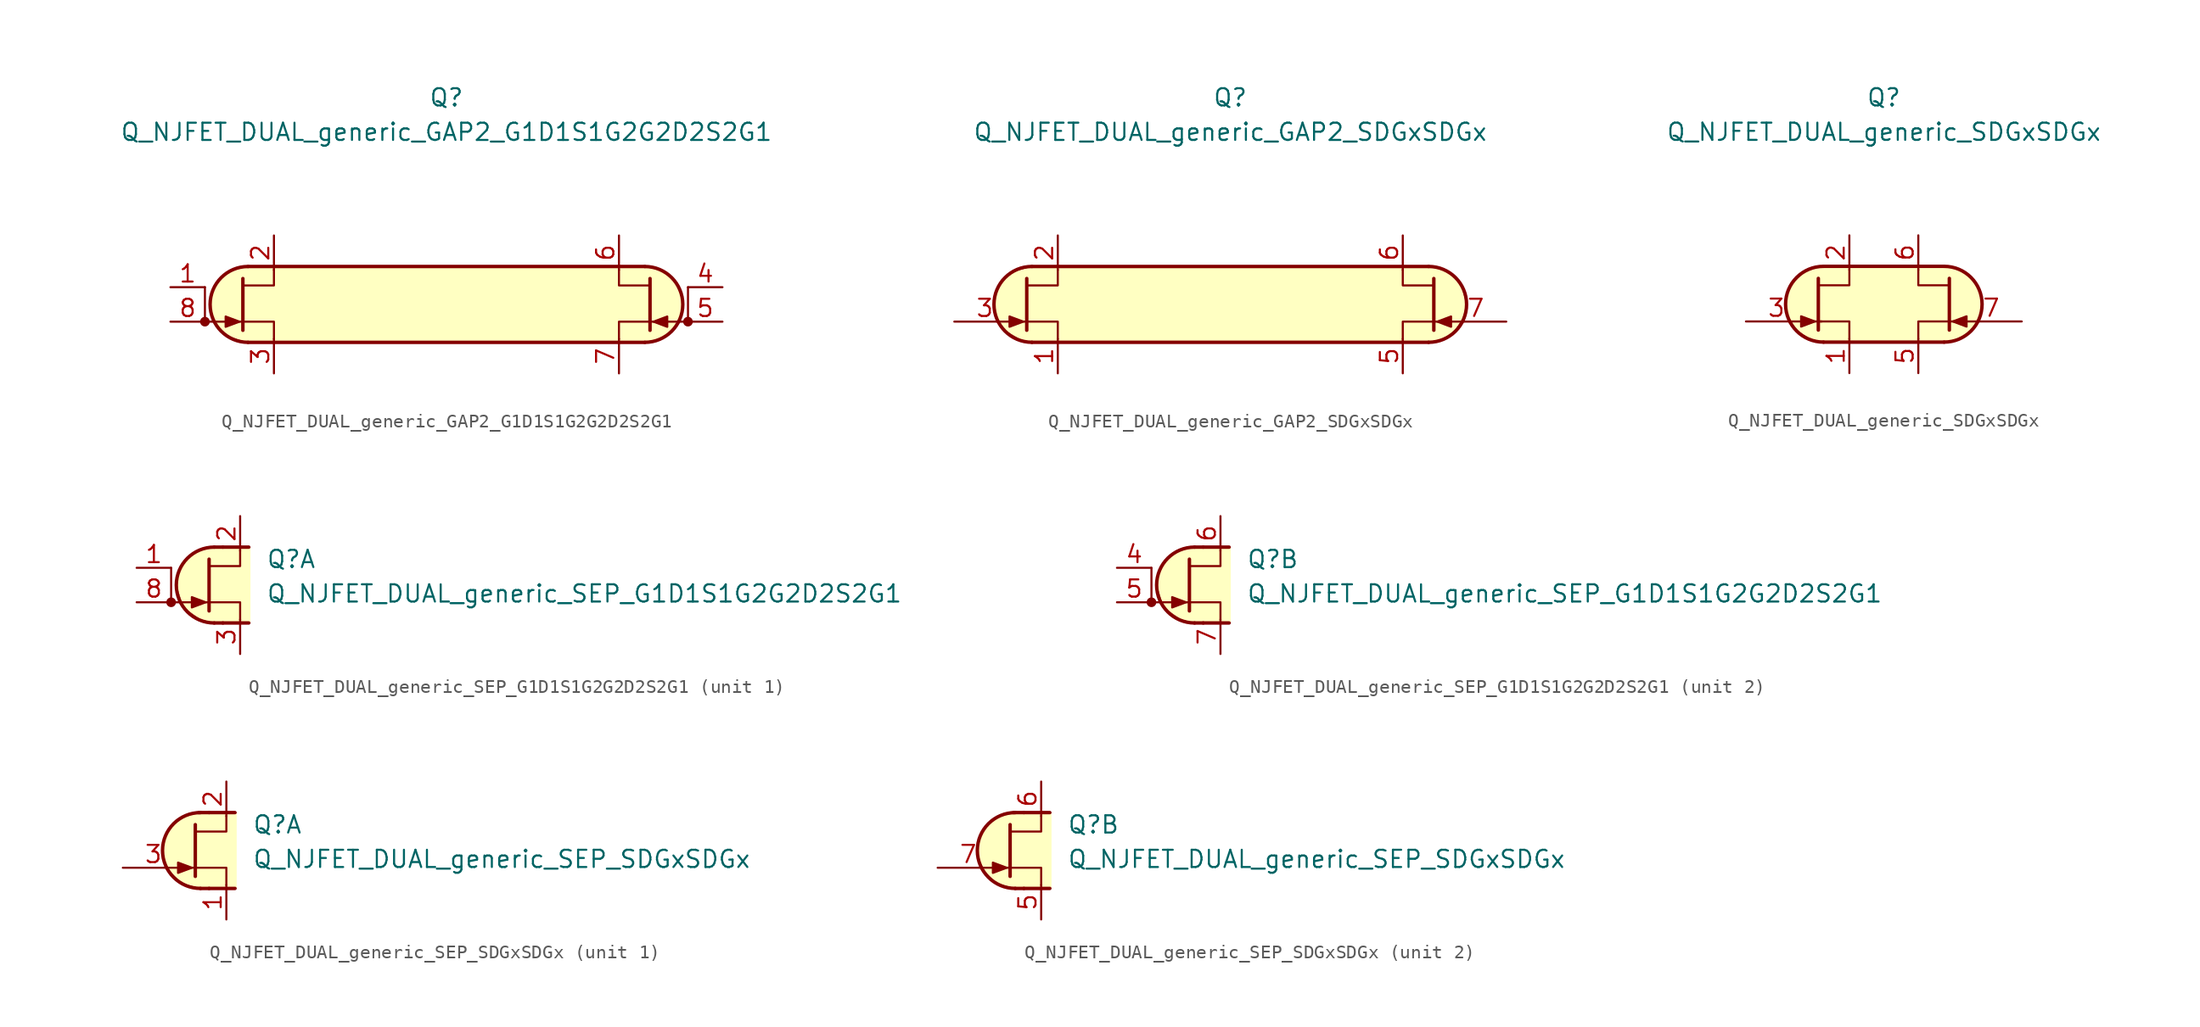
<source format=kicad_sym>
(kicad_symbol_lib
  (version 20211014)
  (generator kicad_symbol_editor)
  (symbol "Transistor_JFET_AKL:Q_NJFET_DUAL_generic_GAP2_G1D1S1G2G2D2S2G1"
    (pin_names
      (offset 1.016) hide)
    (property "Reference" "Q"
      (at 0 15.24 0)
      (effects (font (size 1.27 1.27))))
    (property "Value" "Q_NJFET_DUAL_generic_GAP2_G1D1S1G2G2D2S2G1"
      (at 0 12.7 0)
      (effects (font (size 1.27 1.27))))
    (symbol "Q_NJFET_DUAL_generic_GAP2_G1D1S1G2G2D2S2G1_0_1"
      (arc (start -14.605 2.794) (mid -17.399 0) (end -14.605 -2.794) (stroke (width 0.254) (type default) (color 0 0 0 0)) (fill (type background)))
      (polyline (pts (xy -14.605 -2.794) (xy 14.605 -2.794)) (stroke (width 0.254) (type default) (color 0 0 0 0)) (fill (type none)))
      (polyline (pts (xy 14.605 2.794) (xy -14.605 2.794)) (stroke (width 0.254) (type default) (color 0 0 0 0)) (fill (type none)))
      (polyline (pts (xy 14.478 -2.794) (xy 15.621 -2.667) (xy 16.637 -1.905) (xy 17.272 -0.762) (xy 17.399 0.381) (xy 16.764 1.778) (xy 15.621 2.667) (xy 14.351 2.794) (xy -14.859 2.794) (xy -16.002 2.413) (xy -16.764 1.778) (xy -17.272 0.889) (xy -17.399 -0.381) (xy -17.018 -1.397) (xy -16.256 -2.286) (xy -14.732 -2.794) (xy 14.605 -2.794)) (stroke (width 0.025) (type default) (color 0 0 0 0)) (fill (type background))))
    (symbol "Q_NJFET_DUAL_generic_GAP2_G1D1S1G2G2D2S2G1_1_1"
      (circle (center -17.78 -1.27) (radius 0.279) (stroke (width 0)) (stroke (width 0) (type default) (color 0 0 0 0)) (fill (type outline)))
      (polyline (pts (xy -17.78 -1.27) (xy -14.986 -1.27)) (stroke (width 0) (type default) (color 0 0 0 0)) (fill (type none)))
      (polyline (pts (xy -17.78 1.27) (xy -17.78 -1.27)) (stroke (width 0) (type default) (color 0 0 0 0)) (fill (type none)))
      (polyline (pts (xy 17.78 -1.27) (xy 14.986 -1.27)) (stroke (width 0) (type default) (color 0 0 0 0)) (fill (type none)))
      (polyline (pts (xy 17.78 1.27) (xy 17.78 -1.27)) (stroke (width 0) (type default) (color 0 0 0 0)) (fill (type none)))
      (polyline (pts (xy -14.986 1.905) (xy -14.986 -1.905) (xy -14.986 -1.905)) (stroke (width 0.254) (type default) (color 0 0 0 0)) (fill (type none)))
      (polyline (pts (xy -12.7 -2.54) (xy -12.7 -1.27) (xy -14.986 -1.27)) (stroke (width 0) (type default) (color 0 0 0 0)) (fill (type none)))
      (polyline (pts (xy -12.7 2.54) (xy -12.7 1.397) (xy -14.986 1.397)) (stroke (width 0) (type default) (color 0 0 0 0)) (fill (type none)))
      (polyline (pts (xy 12.7 -2.54) (xy 12.7 -1.27) (xy 14.986 -1.27)) (stroke (width 0) (type default) (color 0 0 0 0)) (fill (type none)))
      (polyline (pts (xy 12.7 2.54) (xy 12.7 1.397) (xy 14.986 1.397)) (stroke (width 0) (type default) (color 0 0 0 0)) (fill (type none)))
      (polyline (pts (xy 14.986 1.905) (xy 14.986 -1.905) (xy 14.986 -1.905)) (stroke (width 0.254) (type default) (color 0 0 0 0)) (fill (type none)))
      (polyline (pts (xy -15.24 -1.27) (xy -16.256 -0.889) (xy -16.256 -1.651) (xy -15.24 -1.27)) (stroke (width 0) (type default) (color 0 0 0 0)) (fill (type outline)))
      (polyline (pts (xy 15.24 -1.27) (xy 16.256 -0.889) (xy 16.256 -1.651) (xy 15.24 -1.27)) (stroke (width 0) (type default) (color 0 0 0 0)) (fill (type outline)))
      (arc (start 14.605 -2.794) (mid 17.399 0) (end 14.605 2.794) (stroke (width 0.254) (type default) (color 0 0 0 0)) (fill (type none)))
      (circle (center 17.78 -1.27) (radius 0.279) (stroke (width 0)) (stroke (width 0) (type default) (color 0 0 0 0)) (fill (type outline)))
      (pin input line (at -20.32 1.27 0) (length 2.54) (name "G1" (effects (font (size 1.27 1.27)))) (number "1" (effects (font (size 1.27 1.27)))))
      (pin passive line (at -12.7 5.08 270) (length 2.54) (name "D1" (effects (font (size 1.27 1.27)))) (number "2" (effects (font (size 1.27 1.27)))))
      (pin passive line (at -12.7 -5.08 90) (length 2.54) (name "S1" (effects (font (size 1.27 1.27)))) (number "3" (effects (font (size 1.27 1.27)))))
      (pin input line (at 20.32 1.27 180) (length 2.54) (name "G2" (effects (font (size 1.27 1.27)))) (number "4" (effects (font (size 1.27 1.27)))))
      (pin input line (at 20.32 -1.27 180) (length 2.54) (name "G2" (effects (font (size 1.27 1.27)))) (number "5" (effects (font (size 1.27 1.27)))))
      (pin passive line (at 12.7 5.08 270) (length 2.54) (name "D2" (effects (font (size 1.27 1.27)))) (number "6" (effects (font (size 1.27 1.27)))))
      (pin passive line (at 12.7 -5.08 90) (length 2.54) (name "S2" (effects (font (size 1.27 1.27)))) (number "7" (effects (font (size 1.27 1.27)))))
      (pin input line (at -20.32 -1.27 0) (length 2.54) (name "G1" (effects (font (size 1.27 1.27)))) (number "8" (effects (font (size 1.27 1.27)))))))
  (symbol "Transistor_JFET_AKL:Q_NJFET_DUAL_generic_GAP2_SDGxSDGx"
    (pin_names
      (offset 1.016) hide)
    (property "Reference" "Q"
      (at 0 15.24 0)
      (effects (font (size 1.27 1.27))))
    (property "Value" "Q_NJFET_DUAL_generic_GAP2_SDGxSDGx"
      (at 0 12.7 0)
      (effects (font (size 1.27 1.27))))
    (symbol "Q_NJFET_DUAL_generic_GAP2_SDGxSDGx_0_1"
      (arc (start -14.605 2.794) (mid -17.399 0) (end -14.605 -2.794) (stroke (width 0.254) (type default) (color 0 0 0 0)) (fill (type background)))
      (polyline (pts (xy -15.24 -1.27) (xy -14.986 -1.27)) (stroke (width 0) (type default) (color 0 0 0 0)) (fill (type none)))
      (polyline (pts (xy -14.605 -2.794) (xy 14.605 -2.794)) (stroke (width 0.254) (type default) (color 0 0 0 0)) (fill (type none)))
      (polyline (pts (xy 14.605 2.794) (xy -14.605 2.794)) (stroke (width 0.254) (type default) (color 0 0 0 0)) (fill (type none)))
      (polyline (pts (xy 15.748 -1.27) (xy 14.986 -1.27)) (stroke (width 0) (type default) (color 0 0 0 0)) (fill (type none)))
      (polyline (pts (xy 14.605 2.794) (xy -14.605 2.794) (xy -16.002 2.413) (xy -16.891 1.778) (xy -17.399 0.381) (xy -17.272 -0.889) (xy -16.637 -1.905) (xy -15.113 -2.794) (xy 15.113 -2.794) (xy 16.383 -2.159) (xy 17.145 -1.016) (xy 17.399 0) (xy 17.018 1.397) (xy 16.256 2.286) (xy 15.113 2.794) (xy 14.605 2.794)) (stroke (width 0.025) (type default) (color 0 0 0 0)) (fill (type background))))
    (symbol "Q_NJFET_DUAL_generic_GAP2_SDGxSDGx_1_1"
      (polyline (pts (xy -14.986 1.905) (xy -14.986 -1.905) (xy -14.986 -1.905)) (stroke (width 0.254) (type default) (color 0 0 0 0)) (fill (type none)))
      (polyline (pts (xy -12.7 -2.54) (xy -12.7 -1.27) (xy -14.986 -1.27)) (stroke (width 0) (type default) (color 0 0 0 0)) (fill (type none)))
      (polyline (pts (xy -12.7 2.54) (xy -12.7 1.397) (xy -14.986 1.397)) (stroke (width 0) (type default) (color 0 0 0 0)) (fill (type none)))
      (polyline (pts (xy 12.7 -2.54) (xy 12.7 -1.27) (xy 14.986 -1.27)) (stroke (width 0) (type default) (color 0 0 0 0)) (fill (type none)))
      (polyline (pts (xy 12.7 2.54) (xy 12.7 1.397) (xy 14.986 1.397)) (stroke (width 0) (type default) (color 0 0 0 0)) (fill (type none)))
      (polyline (pts (xy 14.986 1.905) (xy 14.986 -1.905) (xy 14.986 -1.905)) (stroke (width 0.254) (type default) (color 0 0 0 0)) (fill (type none)))
      (polyline (pts (xy -15.24 -1.27) (xy -16.256 -0.889) (xy -16.256 -1.651) (xy -15.24 -1.27)) (stroke (width 0) (type default) (color 0 0 0 0)) (fill (type outline)))
      (polyline (pts (xy 15.24 -1.27) (xy 16.256 -0.889) (xy 16.256 -1.651) (xy 15.24 -1.27)) (stroke (width 0) (type default) (color 0 0 0 0)) (fill (type outline)))
      (arc (start 14.605 -2.794) (mid 17.399 0) (end 14.605 2.794) (stroke (width 0.254) (type default) (color 0 0 0 0)) (fill (type none)))
      (pin passive line (at -12.7 -5.08 90) (length 2.54) (name "S1" (effects (font (size 1.27 1.27)))) (number "1" (effects (font (size 1.27 1.27)))))
      (pin passive line (at -12.7 5.08 270) (length 2.54) (name "D1" (effects (font (size 1.27 1.27)))) (number "2" (effects (font (size 1.27 1.27)))))
      (pin input line (at -20.32 -1.27 0) (length 4.496) (name "G1" (effects (font (size 1.27 1.27)))) (number "3" (effects (font (size 1.27 1.27)))))
      (pin passive line (at 12.7 -5.08 90) (length 2.54) (name "S2" (effects (font (size 1.27 1.27)))) (number "5" (effects (font (size 1.27 1.27)))))
      (pin passive line (at 12.7 5.08 270) (length 2.54) (name "D2" (effects (font (size 1.27 1.27)))) (number "6" (effects (font (size 1.27 1.27)))))
      (pin input line (at 20.32 -1.27 180) (length 4.496) (name "G2" (effects (font (size 1.27 1.27)))) (number "7" (effects (font (size 1.27 1.27)))))))
  (symbol "Transistor_JFET_AKL:Q_NJFET_DUAL_generic_SDGxSDGx"
    (pin_names
      (offset 1.016) hide)
    (property "Reference" "Q"
      (at 0 15.24 0)
      (effects (font (size 1.27 1.27))))
    (property "Value" "Q_NJFET_DUAL_generic_SDGxSDGx"
      (at 0 12.7 0)
      (effects (font (size 1.27 1.27))))
    (symbol "Q_NJFET_DUAL_generic_SDGxSDGx_0_1"
      (arc (start -4.445 2.794) (mid -7.239 0) (end -4.445 -2.794) (stroke (width 0.254) (type default) (color 0 0 0 0)) (fill (type background)))
      (polyline (pts (xy -5.207 -1.27) (xy -4.572 -1.27)) (stroke (width 0) (type default) (color 0 0 0 0)) (fill (type none)))
      (polyline (pts (xy -4.445 2.794) (xy 4.445 2.794)) (stroke (width 0.254) (type default) (color 0 0 0 0)) (fill (type none)))
      (polyline (pts (xy 4.445 -2.794) (xy -4.445 -2.794)) (stroke (width 0.254) (type default) (color 0 0 0 0)) (fill (type none)))
      (polyline (pts (xy 5.334 -1.27) (xy 4.826 -1.27)) (stroke (width 0) (type default) (color 0 0 0 0)) (fill (type none)))
      (polyline (pts (xy -4.699 -2.794) (xy 4.699 -2.794) (xy 5.969 -2.413) (xy 6.858 -1.524) (xy 7.239 -0.127) (xy 6.985 1.143) (xy 6.35 2.032) (xy 5.334 2.667) (xy 4.318 2.794) (xy -4.826 2.794) (xy -5.969 2.286) (xy -6.858 1.397) (xy -7.239 0.508) (xy -7.112 -0.762) (xy -6.477 -1.905) (xy -5.461 -2.54) (xy -4.445 -2.794)) (stroke (width 0.025) (type default) (color 0 0 0 0)) (fill (type background))))
    (symbol "Q_NJFET_DUAL_generic_SDGxSDGx_1_1"
      (polyline (pts (xy -4.826 1.905) (xy -4.826 -1.905) (xy -4.826 -1.905)) (stroke (width 0.254) (type default) (color 0 0 0 0)) (fill (type none)))
      (polyline (pts (xy -2.54 -2.54) (xy -2.54 -1.27) (xy -4.826 -1.27)) (stroke (width 0) (type default) (color 0 0 0 0)) (fill (type none)))
      (polyline (pts (xy -2.54 2.54) (xy -2.54 1.397) (xy -4.826 1.397)) (stroke (width 0) (type default) (color 0 0 0 0)) (fill (type none)))
      (polyline (pts (xy 2.54 -2.54) (xy 2.54 -1.27) (xy 4.826 -1.27)) (stroke (width 0) (type default) (color 0 0 0 0)) (fill (type none)))
      (polyline (pts (xy 2.54 2.54) (xy 2.54 1.397) (xy 4.826 1.397)) (stroke (width 0) (type default) (color 0 0 0 0)) (fill (type none)))
      (polyline (pts (xy 4.826 1.905) (xy 4.826 -1.905) (xy 4.826 -1.905)) (stroke (width 0.254) (type default) (color 0 0 0 0)) (fill (type none)))
      (polyline (pts (xy -5.08 -1.27) (xy -6.096 -0.889) (xy -6.096 -1.651) (xy -5.08 -1.27)) (stroke (width 0) (type default) (color 0 0 0 0)) (fill (type outline)))
      (polyline (pts (xy 5.08 -1.27) (xy 6.096 -0.889) (xy 6.096 -1.651) (xy 5.08 -1.27)) (stroke (width 0) (type default) (color 0 0 0 0)) (fill (type outline)))
      (arc (start 4.445 -2.794) (mid 7.239 0) (end 4.445 2.794) (stroke (width 0.254) (type default) (color 0 0 0 0)) (fill (type none)))
      (pin passive line (at -2.54 -5.08 90) (length 2.54) (name "S1" (effects (font (size 1.27 1.27)))) (number "1" (effects (font (size 1.27 1.27)))))
      (pin passive line (at -2.54 5.08 270) (length 2.54) (name "D1" (effects (font (size 1.27 1.27)))) (number "2" (effects (font (size 1.27 1.27)))))
      (pin input line (at -10.16 -1.27 0) (length 4.496) (name "G1" (effects (font (size 1.27 1.27)))) (number "3" (effects (font (size 1.27 1.27)))))
      (pin passive line (at 2.54 -5.08 90) (length 2.54) (name "S2" (effects (font (size 1.27 1.27)))) (number "5" (effects (font (size 1.27 1.27)))))
      (pin passive line (at 2.54 5.08 270) (length 2.54) (name "D2" (effects (font (size 1.27 1.27)))) (number "6" (effects (font (size 1.27 1.27)))))
      (pin input line (at 10.16 -1.27 180) (length 4.496) (name "G2" (effects (font (size 1.27 1.27)))) (number "7" (effects (font (size 1.27 1.27)))))))
  (symbol "Transistor_JFET_AKL:Q_NJFET_DUAL_generic_SEP_G1D1S1G2G2D2S2G1"
    (pin_names
      (offset 1.016) hide)
    (property "Reference" "Q"
      (at 3.175 1.905 0)
      (effects (font (size 1.27 1.27)) (justify left)))
    (property "Value" "Q_NJFET_DUAL_generic_SEP_G1D1S1G2G2D2S2G1"
      (at 3.175 -0.635 0)
      (effects (font (size 1.27 1.27)) (justify left)))
    (property "ki_locked" ""
      (at 0 0 0)
      (effects (font (size 1.27 1.27))))
    (symbol "Q_NJFET_DUAL_generic_SEP_G1D1S1G2G2D2S2G1_1_1"
      (circle (center -3.81 -1.27) (radius 0.279) (stroke (width 0)) (stroke (width 0) (type default) (color 0 0 0 0)) (fill (type outline)))
      (arc (start -0.635 2.794) (mid -3.429 0) (end -0.635 -2.794) (stroke (width 0.254) (type default) (color 0 0 0 0)) (fill (type background)))
      (polyline (pts (xy -3.81 -1.27) (xy -1.016 -1.27)) (stroke (width 0) (type default) (color 0 0 0 0)) (fill (type none)))
      (polyline (pts (xy -3.81 1.27) (xy -3.81 -1.27)) (stroke (width 0) (type default) (color 0 0 0 0)) (fill (type none)))
      (polyline (pts (xy 0 -2.794) (xy -0.635 -2.794)) (stroke (width 0.254) (type default) (color 0 0 0 0)) (fill (type none)))
      (polyline (pts (xy 0 -2.794) (xy 1.905 -2.794)) (stroke (width 0.254) (type default) (color 0 0 0 0)) (fill (type none)))
      (polyline (pts (xy 0 2.794) (xy -0.635 2.794)) (stroke (width 0.254) (type default) (color 0 0 0 0)) (fill (type none)))
      (polyline (pts (xy 0 2.794) (xy 1.905 2.794)) (stroke (width 0.254) (type default) (color 0 0 0 0)) (fill (type none)))
      (polyline (pts (xy -1.016 1.905) (xy -1.016 -1.905) (xy -1.016 -1.905)) (stroke (width 0.254) (type default) (color 0 0 0 0)) (fill (type none)))
      (polyline (pts (xy 1.27 -2.54) (xy 1.27 -1.27) (xy -1.016 -1.27)) (stroke (width 0) (type default) (color 0 0 0 0)) (fill (type none)))
      (polyline (pts (xy 1.27 2.54) (xy 1.27 1.397) (xy -1.016 1.397)) (stroke (width 0) (type default) (color 0 0 0 0)) (fill (type none)))
      (polyline (pts (xy -1.27 -1.27) (xy -2.286 -0.889) (xy -2.286 -1.651) (xy -1.27 -1.27)) (stroke (width 0) (type default) (color 0 0 0 0)) (fill (type outline)))
      (polyline (pts (xy 2.032 2.794) (xy -1.016 2.794) (xy -2.286 2.286) (xy -3.175 1.27) (xy -3.429 0) (xy -2.921 -1.651) (xy -1.651 -2.54) (xy -0.635 -2.794) (xy 2.032 -2.794)) (stroke (width 0.025) (type default) (color 0 0 0 0)) (fill (type background)))
      (pin input line (at -6.35 1.27 0) (length 2.54) (name "G2" (effects (font (size 1.27 1.27)))) (number "1" (effects (font (size 1.27 1.27)))))
      (pin passive line (at 1.27 5.08 270) (length 2.54) (name "D2" (effects (font (size 1.27 1.27)))) (number "2" (effects (font (size 1.27 1.27)))))
      (pin passive line (at 1.27 -5.08 90) (length 2.54) (name "S2" (effects (font (size 1.27 1.27)))) (number "3" (effects (font (size 1.27 1.27)))))
      (pin input line (at -6.35 -1.27 0) (length 2.54) (name "G1" (effects (font (size 1.27 1.27)))) (number "8" (effects (font (size 1.27 1.27))))))
    (symbol "Q_NJFET_DUAL_generic_SEP_G1D1S1G2G2D2S2G1_2_1"
      (circle (center -3.81 -1.27) (radius 0.279) (stroke (width 0)) (stroke (width 0) (type default) (color 0 0 0 0)) (fill (type outline)))
      (arc (start -0.635 2.794) (mid -3.429 0) (end -0.635 -2.794) (stroke (width 0.254) (type default) (color 0 0 0 0)) (fill (type background)))
      (polyline (pts (xy -3.81 -1.27) (xy -1.016 -1.27)) (stroke (width 0) (type default) (color 0 0 0 0)) (fill (type none)))
      (polyline (pts (xy -3.81 1.27) (xy -3.81 -1.27)) (stroke (width 0) (type default) (color 0 0 0 0)) (fill (type none)))
      (polyline (pts (xy 0 -2.794) (xy -0.635 -2.794)) (stroke (width 0.254) (type default) (color 0 0 0 0)) (fill (type none)))
      (polyline (pts (xy 0 -2.794) (xy 1.905 -2.794)) (stroke (width 0.254) (type default) (color 0 0 0 0)) (fill (type none)))
      (polyline (pts (xy 0 2.794) (xy -0.635 2.794)) (stroke (width 0.254) (type default) (color 0 0 0 0)) (fill (type none)))
      (polyline (pts (xy 0 2.794) (xy 1.905 2.794)) (stroke (width 0.254) (type default) (color 0 0 0 0)) (fill (type none)))
      (polyline (pts (xy -1.016 1.905) (xy -1.016 -1.905) (xy -1.016 -1.905)) (stroke (width 0.254) (type default) (color 0 0 0 0)) (fill (type none)))
      (polyline (pts (xy 1.27 -2.54) (xy 1.27 -1.27) (xy -1.016 -1.27)) (stroke (width 0) (type default) (color 0 0 0 0)) (fill (type none)))
      (polyline (pts (xy 1.27 2.54) (xy 1.27 1.397) (xy -1.016 1.397)) (stroke (width 0) (type default) (color 0 0 0 0)) (fill (type none)))
      (polyline (pts (xy -1.27 -1.27) (xy -2.286 -0.889) (xy -2.286 -1.651) (xy -1.27 -1.27)) (stroke (width 0) (type default) (color 0 0 0 0)) (fill (type outline)))
      (polyline (pts (xy 2.032 2.794) (xy -1.016 2.794) (xy -2.286 2.286) (xy -3.175 1.27) (xy -3.429 0) (xy -2.921 -1.651) (xy -1.651 -2.54) (xy -0.635 -2.794) (xy 2.032 -2.794)) (stroke (width 0.025) (type default) (color 0 0 0 0)) (fill (type background)))
      (pin input line (at -6.35 1.27 0) (length 2.54) (name "G2" (effects (font (size 1.27 1.27)))) (number "4" (effects (font (size 1.27 1.27)))))
      (pin input line (at -6.35 -1.27 0) (length 2.54) (name "G1" (effects (font (size 1.27 1.27)))) (number "5" (effects (font (size 1.27 1.27)))))
      (pin passive line (at 1.27 5.08 270) (length 2.54) (name "D2" (effects (font (size 1.27 1.27)))) (number "6" (effects (font (size 1.27 1.27)))))
      (pin passive line (at 1.27 -5.08 90) (length 2.54) (name "S2" (effects (font (size 1.27 1.27)))) (number "7" (effects (font (size 1.27 1.27)))))))
  (symbol "Transistor_JFET_AKL:Q_NJFET_DUAL_generic_SEP_SDGxSDGx"
    (pin_names
      (offset 1.016) hide)
    (property "Reference" "Q"
      (at 3.175 1.905 0)
      (effects (font (size 1.27 1.27)) (justify left)))
    (property "Value" "Q_NJFET_DUAL_generic_SEP_SDGxSDGx"
      (at 3.175 -0.635 0)
      (effects (font (size 1.27 1.27)) (justify left)))
    (property "ki_locked" ""
      (at 0 0 0)
      (effects (font (size 1.27 1.27))))
    (symbol "Q_NJFET_DUAL_generic_SEP_SDGxSDGx_1_1"
      (arc (start -0.635 2.794) (mid -3.429 0) (end -0.635 -2.794) (stroke (width 0.254) (type default) (color 0 0 0 0)) (fill (type none)))
      (polyline (pts (xy -1.397 -1.27) (xy -1.016 -1.27)) (stroke (width 0) (type default) (color 0 0 0 0)) (fill (type none)))
      (polyline (pts (xy 0 -2.794) (xy -0.635 -2.794)) (stroke (width 0.254) (type default) (color 0 0 0 0)) (fill (type none)))
      (polyline (pts (xy 0 -2.794) (xy 1.905 -2.794)) (stroke (width 0.254) (type default) (color 0 0 0 0)) (fill (type none)))
      (polyline (pts (xy 0 2.794) (xy -0.762 2.794)) (stroke (width 0.254) (type default) (color 0 0 0 0)) (fill (type none)))
      (polyline (pts (xy 0 2.794) (xy 1.905 2.794)) (stroke (width 0.254) (type default) (color 0 0 0 0)) (fill (type none)))
      (polyline (pts (xy -1.016 1.905) (xy -1.016 -1.905) (xy -1.016 -1.905)) (stroke (width 0.254) (type default) (color 0 0 0 0)) (fill (type none)))
      (polyline (pts (xy 1.27 -2.54) (xy 1.27 -1.27) (xy -1.016 -1.27)) (stroke (width 0) (type default) (color 0 0 0 0)) (fill (type none)))
      (polyline (pts (xy 1.27 2.54) (xy 1.27 1.397) (xy -1.016 1.397)) (stroke (width 0) (type default) (color 0 0 0 0)) (fill (type none)))
      (polyline (pts (xy -1.27 -1.27) (xy -2.286 -0.889) (xy -2.286 -1.651) (xy -1.27 -1.27)) (stroke (width 0) (type default) (color 0 0 0 0)) (fill (type outline)))
      (polyline (pts (xy 2.032 2.794) (xy -1.143 2.794) (xy -2.413 2.286) (xy -3.302 0.889) (xy -3.429 -0.381) (xy -2.921 -1.524) (xy -2.032 -2.413) (xy -0.635 -2.794) (xy 2.032 -2.794)) (stroke (width 0.025) (type default) (color 0 0 0 0)) (fill (type background)))
      (pin passive line (at 1.27 -5.08 90) (length 2.54) (name "S1" (effects (font (size 1.27 1.27)))) (number "1" (effects (font (size 1.27 1.27)))))
      (pin passive line (at 1.27 5.08 270) (length 2.54) (name "D1" (effects (font (size 1.27 1.27)))) (number "2" (effects (font (size 1.27 1.27)))))
      (pin input line (at -6.35 -1.27 0) (length 4.496) (name "G1" (effects (font (size 1.27 1.27)))) (number "3" (effects (font (size 1.27 1.27))))))
    (symbol "Q_NJFET_DUAL_generic_SEP_SDGxSDGx_2_1"
      (arc (start -0.635 2.794) (mid -3.429 0) (end -0.635 -2.794) (stroke (width 0.254) (type default) (color 0 0 0 0)) (fill (type none)))
      (polyline (pts (xy -1.397 -1.27) (xy -1.016 -1.27)) (stroke (width 0) (type default) (color 0 0 0 0)) (fill (type none)))
      (polyline (pts (xy 0 -2.794) (xy -0.635 -2.794)) (stroke (width 0.254) (type default) (color 0 0 0 0)) (fill (type none)))
      (polyline (pts (xy 0 -2.794) (xy 1.905 -2.794)) (stroke (width 0.254) (type default) (color 0 0 0 0)) (fill (type none)))
      (polyline (pts (xy 0 2.794) (xy -0.762 2.794)) (stroke (width 0.254) (type default) (color 0 0 0 0)) (fill (type none)))
      (polyline (pts (xy 0 2.794) (xy 1.905 2.794)) (stroke (width 0.254) (type default) (color 0 0 0 0)) (fill (type none)))
      (polyline (pts (xy -1.016 1.905) (xy -1.016 -1.905) (xy -1.016 -1.905)) (stroke (width 0.254) (type default) (color 0 0 0 0)) (fill (type none)))
      (polyline (pts (xy 1.27 -2.54) (xy 1.27 -1.27) (xy -1.016 -1.27)) (stroke (width 0) (type default) (color 0 0 0 0)) (fill (type none)))
      (polyline (pts (xy 1.27 2.54) (xy 1.27 1.397) (xy -1.016 1.397)) (stroke (width 0) (type default) (color 0 0 0 0)) (fill (type none)))
      (polyline (pts (xy -1.27 -1.27) (xy -2.286 -0.889) (xy -2.286 -1.651) (xy -1.27 -1.27)) (stroke (width 0) (type default) (color 0 0 0 0)) (fill (type outline)))
      (polyline (pts (xy 2.032 2.794) (xy -1.143 2.794) (xy -2.413 2.286) (xy -3.302 0.889) (xy -3.429 -0.381) (xy -2.921 -1.524) (xy -2.032 -2.413) (xy -0.635 -2.794) (xy 2.032 -2.794)) (stroke (width 0.025) (type default) (color 0 0 0 0)) (fill (type background)))
      (pin passive line (at 1.27 -5.08 90) (length 2.54) (name "S1" (effects (font (size 1.27 1.27)))) (number "5" (effects (font (size 1.27 1.27)))))
      (pin passive line (at 1.27 5.08 270) (length 2.54) (name "D1" (effects (font (size 1.27 1.27)))) (number "6" (effects (font (size 1.27 1.27)))))
      (pin input line (at -6.35 -1.27 0) (length 4.496) (name "G1" (effects (font (size 1.27 1.27)))) (number "7" (effects (font (size 1.27 1.27))))))))
</source>
